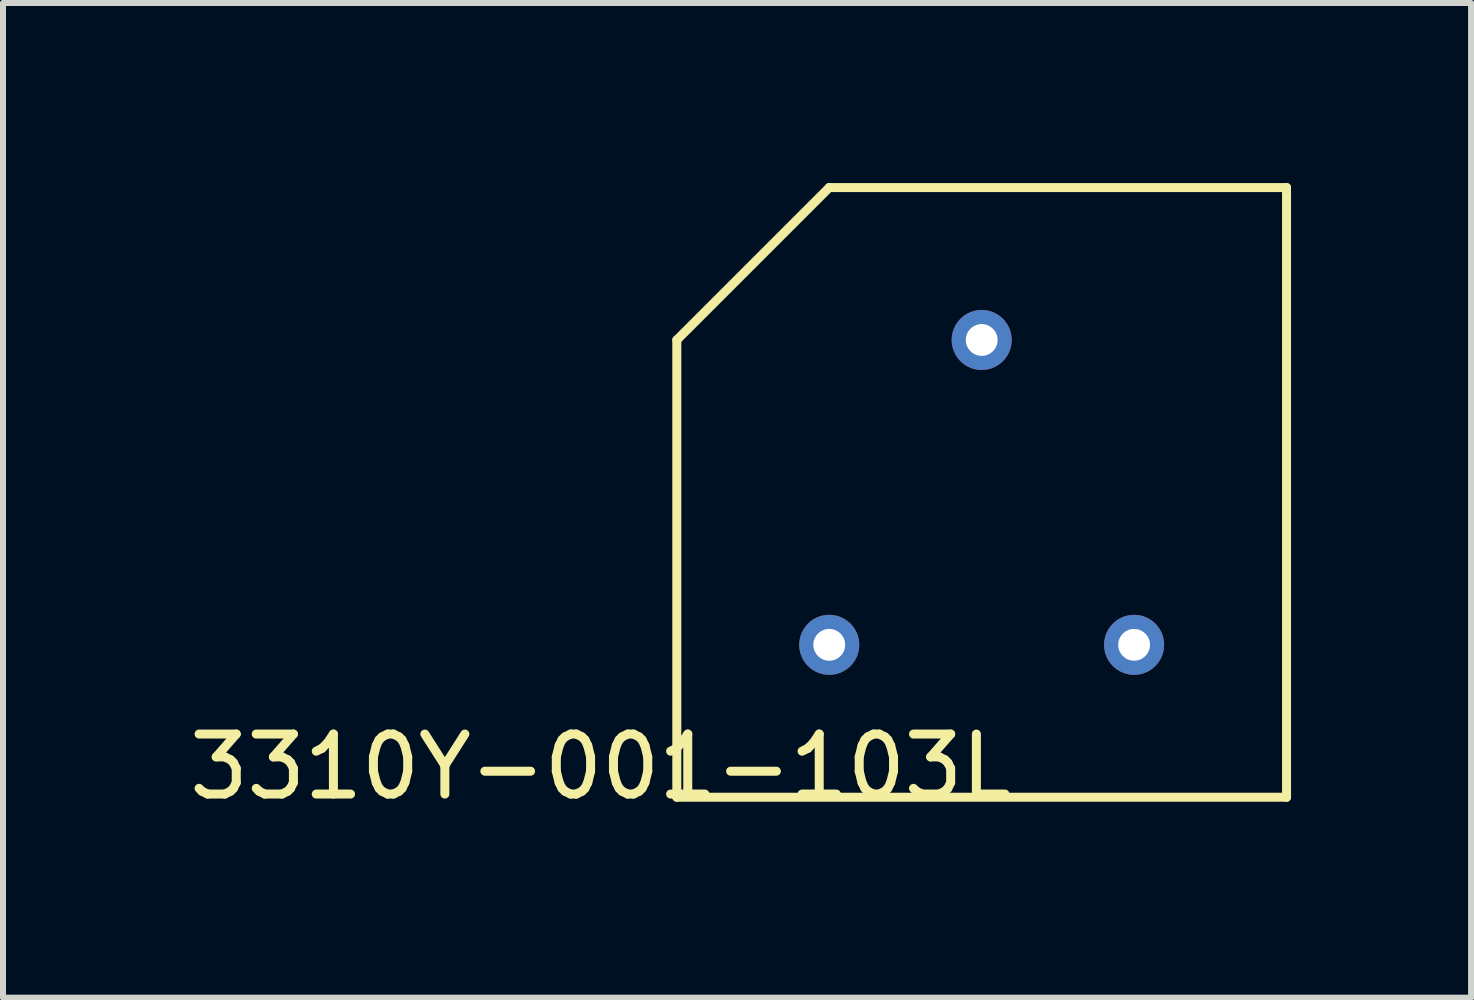
<source format=kicad_pcb>
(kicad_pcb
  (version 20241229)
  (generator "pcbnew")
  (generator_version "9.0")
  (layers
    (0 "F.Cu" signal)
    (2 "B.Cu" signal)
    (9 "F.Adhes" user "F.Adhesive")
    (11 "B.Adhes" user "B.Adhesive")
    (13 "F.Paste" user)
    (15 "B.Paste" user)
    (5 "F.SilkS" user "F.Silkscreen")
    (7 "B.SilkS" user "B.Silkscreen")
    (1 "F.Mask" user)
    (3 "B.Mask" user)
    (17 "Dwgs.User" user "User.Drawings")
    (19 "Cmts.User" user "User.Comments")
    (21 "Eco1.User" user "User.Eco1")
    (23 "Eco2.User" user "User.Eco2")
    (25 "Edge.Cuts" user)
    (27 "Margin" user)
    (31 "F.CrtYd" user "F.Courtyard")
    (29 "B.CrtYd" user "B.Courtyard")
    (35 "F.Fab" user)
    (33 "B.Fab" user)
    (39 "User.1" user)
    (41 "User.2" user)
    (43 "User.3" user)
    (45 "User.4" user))
  (footprint "3310Y-001-103L"
    (layer "F.Cu")
    (at 13.308 7.695)
    (property "Reference" "3310Y-001-103L" (at -6.35 2.032 0) (layer "F.SilkS") (effects (font (size 1 1) (thickness 0.15))))
    (attr through_hole)
    (fp_line (start -5.08 -5.08) (end -5.08 2.54) (stroke (width 0.15) (type solid)) (layer "F.SilkS"))
    (fp_line (start -5.08 2.54) (end 5.08 2.54) (stroke (width 0.15) (type solid)) (layer "F.SilkS"))
    (fp_line (start -2.54 -7.62) (end -5.08 -5.08) (stroke (width 0.15) (type solid)) (layer "F.SilkS"))
    (fp_line (start 5.08 -7.62) (end -2.54 -7.62) (stroke (width 0.15) (type solid)) (layer "F.SilkS"))
    (fp_line (start 5.08 2.54) (end 5.08 -7.62) (stroke (width 0.15) (type solid)) (layer "F.SilkS"))
    (pad "1" thru_hole circle (at 2.54 0) (size 1 1) (drill 0.53) (layers "*.Cu" "*.Mask"))
    (pad "2" thru_hole circle (at 0 -5.08) (size 1 1) (drill 0.53) (layers "*.Cu" "*.Mask"))
    (pad "3" thru_hole circle (at -2.54 0) (size 1 1) (drill 0.53) (layers "*.Cu" "*.Mask")))
  (gr_rect
    (start -3 -3)
    (end 21.463 13.575)
    (stroke (width 0.1) (type default))
    (fill no)
    (layer "Edge.Cuts")))
</source>
